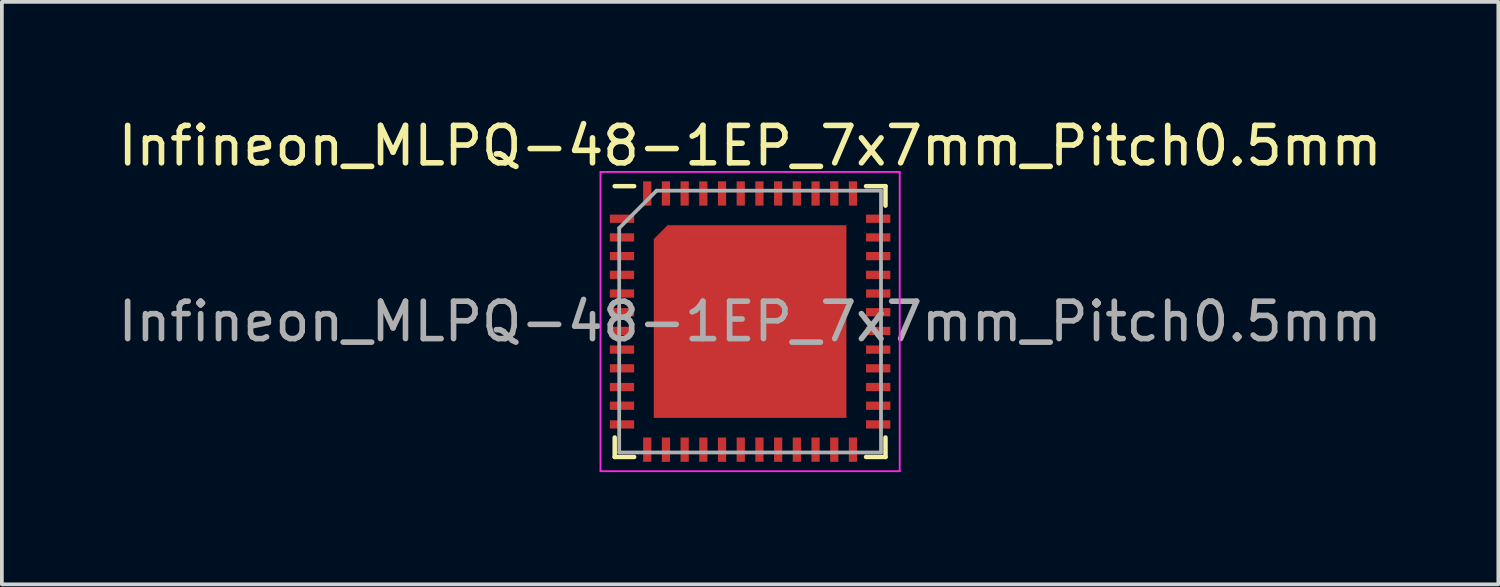
<source format=kicad_pcb>
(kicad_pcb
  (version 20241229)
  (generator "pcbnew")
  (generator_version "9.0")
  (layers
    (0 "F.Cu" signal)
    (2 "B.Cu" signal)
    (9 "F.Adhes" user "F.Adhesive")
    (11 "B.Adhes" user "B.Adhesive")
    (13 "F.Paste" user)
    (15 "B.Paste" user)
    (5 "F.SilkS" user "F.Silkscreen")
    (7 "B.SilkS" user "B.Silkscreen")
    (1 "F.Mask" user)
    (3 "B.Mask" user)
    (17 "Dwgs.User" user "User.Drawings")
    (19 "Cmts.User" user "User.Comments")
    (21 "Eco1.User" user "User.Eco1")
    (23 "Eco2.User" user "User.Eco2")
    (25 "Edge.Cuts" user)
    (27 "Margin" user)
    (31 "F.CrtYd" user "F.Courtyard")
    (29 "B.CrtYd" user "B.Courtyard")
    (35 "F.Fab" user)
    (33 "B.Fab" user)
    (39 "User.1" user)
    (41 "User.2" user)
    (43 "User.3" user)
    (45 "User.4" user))
  (footprint "Infineon_MLPQ-48-1EP_7x7mm_Pitch0.5mm"
    (layer "F.Cu")
    (at 17.006 5.548)
    (property "Reference" "Infineon_MLPQ-48-1EP_7x7mm_Pitch0.5mm" (at 0 -4.7 0) (layer "F.SilkS") (effects (font (size 1 1) (thickness 0.15))))
    (attr smd)
    (fp_line (start -3.62 -3.62) (end -3.1 -3.62) (stroke (width 0.12) (type solid)) (layer "F.SilkS"))
    (fp_line (start -3.62 3.62) (end -3.62 3.1) (stroke (width 0.12) (type solid)) (layer "F.SilkS"))
    (fp_line (start -3.1 3.62) (end -3.62 3.62) (stroke (width 0.12) (type solid)) (layer "F.SilkS"))
    (fp_line (start 3.1 -3.62) (end 3.62 -3.62) (stroke (width 0.12) (type solid)) (layer "F.SilkS"))
    (fp_line (start 3.1 3.62) (end 3.62 3.62) (stroke (width 0.12) (type solid)) (layer "F.SilkS"))
    (fp_line (start 3.62 -3.1) (end 3.62 -3.62) (stroke (width 0.12) (type solid)) (layer "F.SilkS"))
    (fp_line (start 3.62 3.62) (end 3.62 3.1) (stroke (width 0.12) (type solid)) (layer "F.SilkS"))
    (fp_line (start -4 -4) (end -4 4) (stroke (width 0.05) (type solid)) (layer "F.CrtYd"))
    (fp_line (start -4 4) (end 4 4) (stroke (width 0.05) (type solid)) (layer "F.CrtYd"))
    (fp_line (start 4 -4) (end -4 -4) (stroke (width 0.05) (type solid)) (layer "F.CrtYd"))
    (fp_line (start 4 4) (end 4 -4) (stroke (width 0.05) (type solid)) (layer "F.CrtYd"))
    (fp_line (start -3.5 3.5) (end -3.5 -2.5) (stroke (width 0.1) (type solid)) (layer "F.Fab"))
    (fp_line (start -2.5 -3.5) (end -3.5 -2.5) (stroke (width 0.1) (type solid)) (layer "F.Fab"))
    (fp_line (start 3.5 -3.5) (end -2.5 -3.5) (stroke (width 0.1) (type solid)) (layer "F.Fab"))
    (fp_line (start 3.5 -3.5) (end 3.5 3.5) (stroke (width 0.1) (type solid)) (layer "F.Fab"))
    (fp_line (start 3.5 3.5) (end -3.5 3.5) (stroke (width 0.1) (type solid)) (layer "F.Fab"))
    (fp_text user "${REFERENCE}" (at 0 0 0) (layer "F.Fab") (effects (font (size 1 1) (thickness 0.15))))
    (pad "" smd rect (at -3.425 -2.75) (size 0.55 0.22) (layers "F.Paste"))
    (pad "" smd rect (at -3.425 -2.25) (size 0.55 0.22) (layers "F.Paste"))
    (pad "" smd rect (at -3.425 -1.75) (size 0.55 0.22) (layers "F.Paste"))
    (pad "" smd rect (at -3.425 -1.25) (size 0.55 0.22) (layers "F.Paste"))
    (pad "" smd rect (at -3.425 -0.75) (size 0.55 0.22) (layers "F.Paste"))
    (pad "" smd rect (at -3.425 -0.25) (size 0.55 0.22) (layers "F.Paste"))
    (pad "" smd rect (at -3.425 0.25) (size 0.55 0.22) (layers "F.Paste"))
    (pad "" smd rect (at -3.425 0.75) (size 0.55 0.22) (layers "F.Paste"))
    (pad "" smd rect (at -3.425 1.25) (size 0.55 0.22) (layers "F.Paste"))
    (pad "" smd rect (at -3.425 1.75) (size 0.55 0.22) (layers "F.Paste"))
    (pad "" smd rect (at -3.425 2.25) (size 0.55 0.22) (layers "F.Paste"))
    (pad "" smd rect (at -3.425 2.75) (size 0.55 0.22) (layers "F.Paste"))
    (pad "" smd rect (at -2.75 -3.425) (size 0.22 0.55) (layers "F.Paste"))
    (pad "" smd rect (at -2.75 3.425) (size 0.22 0.55) (layers "F.Paste"))
    (pad "" smd rect (at -2.25 -3.425) (size 0.22 0.55) (layers "F.Paste"))
    (pad "" smd rect (at -2.25 3.425) (size 0.22 0.55) (layers "F.Paste"))
    (pad "" smd rect (at -2.186 -2.186 45) (size 0.479 0.479) (layers "F.Paste"))
    (pad "" smd rect (at -2.025 -1.855) (size 1 0.661) (layers "F.Paste"))
    (pad "" smd rect (at -2.025 -0.675) (size 1 1) (layers "F.Paste"))
    (pad "" smd rect (at -2.025 0.675) (size 1 1) (layers "F.Paste"))
    (pad "" smd rect (at -2.025 2.025) (size 1 1) (layers "F.Paste"))
    (pad "" smd rect (at -1.855 -2.356) (size 0.661 0.339) (layers "F.Paste"))
    (pad "" smd rect (at -1.75 -3.425) (size 0.22 0.55) (layers "F.Paste"))
    (pad "" smd rect (at -1.75 3.425) (size 0.22 0.55) (layers "F.Paste"))
    (pad "" smd rect (at -1.25 -3.425) (size 0.22 0.55) (layers "F.Paste"))
    (pad "" smd rect (at -1.25 3.425) (size 0.22 0.55) (layers "F.Paste"))
    (pad "" smd rect (at -0.75 -3.425) (size 0.22 0.55) (layers "F.Paste"))
    (pad "" smd rect (at -0.75 3.425) (size 0.22 0.55) (layers "F.Paste"))
    (pad "" smd rect (at -0.675 -2.025) (size 1 1) (layers "F.Paste"))
    (pad "" smd rect (at -0.675 -0.675) (size 1 1) (layers "F.Paste"))
    (pad "" smd rect (at -0.675 0.675) (size 1 1) (layers "F.Paste"))
    (pad "" smd rect (at -0.675 2.025) (size 1 1) (layers "F.Paste"))
    (pad "" smd rect (at -0.25 -3.425) (size 0.22 0.55) (layers "F.Paste"))
    (pad "" smd rect (at -0.25 3.425) (size 0.22 0.55) (layers "F.Paste"))
    (pad "" smd rect (at 0.25 -3.425) (size 0.22 0.55) (layers "F.Paste"))
    (pad "" smd rect (at 0.25 3.425) (size 0.22 0.55) (layers "F.Paste"))
    (pad "" smd rect (at 0.675 -2.025) (size 1 1) (layers "F.Paste"))
    (pad "" smd rect (at 0.675 -0.675) (size 1 1) (layers "F.Paste"))
    (pad "" smd rect (at 0.675 0.675) (size 1 1) (layers "F.Paste"))
    (pad "" smd rect (at 0.675 2.025) (size 1 1) (layers "F.Paste"))
    (pad "" smd rect (at 0.75 -3.425) (size 0.22 0.55) (layers "F.Paste"))
    (pad "" smd rect (at 0.75 3.425) (size 0.22 0.55) (layers "F.Paste"))
    (pad "" smd rect (at 1.25 -3.425) (size 0.22 0.55) (layers "F.Paste"))
    (pad "" smd rect (at 1.25 3.425) (size 0.22 0.55) (layers "F.Paste"))
    (pad "" smd rect (at 1.75 -3.425) (size 0.22 0.55) (layers "F.Paste"))
    (pad "" smd rect (at 1.75 3.425) (size 0.22 0.55) (layers "F.Paste"))
    (pad "" smd rect (at 2.025 -2.025) (size 1 1) (layers "F.Paste"))
    (pad "" smd rect (at 2.025 -0.675) (size 1 1) (layers "F.Paste"))
    (pad "" smd rect (at 2.025 0.675) (size 1 1) (layers "F.Paste"))
    (pad "" smd rect (at 2.025 2.025) (size 1 1) (layers "F.Paste"))
    (pad "" smd rect (at 2.25 -3.425) (size 0.22 0.55) (layers "F.Paste"))
    (pad "" smd rect (at 2.25 3.425) (size 0.22 0.55) (layers "F.Paste"))
    (pad "" smd rect (at 2.75 -3.425) (size 0.22 0.55) (layers "F.Paste"))
    (pad "" smd rect (at 2.75 3.425) (size 0.22 0.55) (layers "F.Paste"))
    (pad "" smd rect (at 3.425 -2.75) (size 0.55 0.22) (layers "F.Paste"))
    (pad "" smd rect (at 3.425 -2.25) (size 0.55 0.22) (layers "F.Paste"))
    (pad "" smd rect (at 3.425 -1.75) (size 0.55 0.22) (layers "F.Paste"))
    (pad "" smd rect (at 3.425 -1.25) (size 0.55 0.22) (layers "F.Paste"))
    (pad "" smd rect (at 3.425 -0.75) (size 0.55 0.22) (layers "F.Paste"))
    (pad "" smd rect (at 3.425 -0.25) (size 0.55 0.22) (layers "F.Paste"))
    (pad "" smd rect (at 3.425 0.25) (size 0.55 0.22) (layers "F.Paste"))
    (pad "" smd rect (at 3.425 0.75) (size 0.55 0.22) (layers "F.Paste"))
    (pad "" smd rect (at 3.425 1.25) (size 0.55 0.22) (layers "F.Paste"))
    (pad "" smd rect (at 3.425 1.75) (size 0.55 0.22) (layers "F.Paste"))
    (pad "" smd rect (at 3.425 2.25) (size 0.55 0.22) (layers "F.Paste"))
    (pad "" smd rect (at 3.425 2.75) (size 0.55 0.22) (layers "F.Paste"))
    (pad "1" smd rect (at -3.425 -2.75) (size 0.65 0.22) (layers "F.Cu" "F.Mask"))
    (pad "2" smd rect (at -3.425 -2.25) (size 0.65 0.22) (layers "F.Cu" "F.Mask"))
    (pad "3" smd rect (at -3.425 -1.75) (size 0.65 0.22) (layers "F.Cu" "F.Mask"))
    (pad "4" smd rect (at -3.425 -1.25) (size 0.65 0.22) (layers "F.Cu" "F.Mask"))
    (pad "5" smd rect (at -3.425 -0.75) (size 0.65 0.22) (layers "F.Cu" "F.Mask"))
    (pad "6" smd rect (at -3.425 -0.25) (size 0.65 0.22) (layers "F.Cu" "F.Mask"))
    (pad "7" smd rect (at -3.425 0.25) (size 0.65 0.22) (layers "F.Cu" "F.Mask"))
    (pad "8" smd rect (at -3.425 0.75) (size 0.65 0.22) (layers "F.Cu" "F.Mask"))
    (pad "9" smd rect (at -3.425 1.25) (size 0.65 0.22) (layers "F.Cu" "F.Mask"))
    (pad "10" smd rect (at -3.425 1.75) (size 0.65 0.22) (layers "F.Cu" "F.Mask"))
    (pad "11" smd rect (at -3.425 2.25) (size 0.65 0.22) (layers "F.Cu" "F.Mask"))
    (pad "12" smd rect (at -3.425 2.75) (size 0.65 0.22) (layers "F.Cu" "F.Mask"))
    (pad "13" smd rect (at -2.75 3.425) (size 0.22 0.65) (layers "F.Cu" "F.Mask"))
    (pad "14" smd rect (at -2.25 3.425) (size 0.22 0.65) (layers "F.Cu" "F.Mask"))
    (pad "15" smd rect (at -1.75 3.425) (size 0.22 0.65) (layers "F.Cu" "F.Mask"))
    (pad "16" smd rect (at -1.25 3.425) (size 0.22 0.65) (layers "F.Cu" "F.Mask"))
    (pad "17" smd rect (at -0.75 3.425) (size 0.22 0.65) (layers "F.Cu" "F.Mask"))
    (pad "18" smd rect (at -0.25 3.425) (size 0.22 0.65) (layers "F.Cu" "F.Mask"))
    (pad "19" smd rect (at 0.25 3.425) (size 0.22 0.65) (layers "F.Cu" "F.Mask"))
    (pad "20" smd rect (at 0.75 3.425) (size 0.22 0.65) (layers "F.Cu" "F.Mask"))
    (pad "21" smd rect (at 1.25 3.425) (size 0.22 0.65) (layers "F.Cu" "F.Mask"))
    (pad "22" smd rect (at 1.75 3.425) (size 0.22 0.65) (layers "F.Cu" "F.Mask"))
    (pad "23" smd rect (at 2.25 3.425) (size 0.22 0.65) (layers "F.Cu" "F.Mask"))
    (pad "24" smd rect (at 2.75 3.425) (size 0.22 0.65) (layers "F.Cu" "F.Mask"))
    (pad "25" smd rect (at 3.425 2.75) (size 0.65 0.22) (layers "F.Cu" "F.Mask"))
    (pad "26" smd rect (at 3.425 2.25) (size 0.65 0.22) (layers "F.Cu" "F.Mask"))
    (pad "27" smd rect (at 3.425 1.75) (size 0.65 0.22) (layers "F.Cu" "F.Mask"))
    (pad "28" smd rect (at 3.425 1.25) (size 0.65 0.22) (layers "F.Cu" "F.Mask"))
    (pad "29" smd rect (at 3.425 0.75) (size 0.65 0.22) (layers "F.Cu" "F.Mask"))
    (pad "30" smd rect (at 3.425 0.25) (size 0.65 0.22) (layers "F.Cu" "F.Mask"))
    (pad "31" smd rect (at 3.425 -0.25) (size 0.65 0.22) (layers "F.Cu" "F.Mask"))
    (pad "32" smd rect (at 3.425 -0.75) (size 0.65 0.22) (layers "F.Cu" "F.Mask"))
    (pad "33" smd rect (at 3.425 -1.25) (size 0.65 0.22) (layers "F.Cu" "F.Mask"))
    (pad "34" smd rect (at 3.425 -1.75) (size 0.65 0.22) (layers "F.Cu" "F.Mask"))
    (pad "35" smd rect (at 3.425 -2.25) (size 0.65 0.22) (layers "F.Cu" "F.Mask"))
    (pad "36" smd rect (at 3.425 -2.75) (size 0.65 0.22) (layers "F.Cu" "F.Mask"))
    (pad "37" smd rect (at 2.75 -3.425) (size 0.22 0.65) (layers "F.Cu" "F.Mask"))
    (pad "38" smd rect (at 2.25 -3.425) (size 0.22 0.65) (layers "F.Cu" "F.Mask"))
    (pad "39" smd rect (at 1.75 -3.425) (size 0.22 0.65) (layers "F.Cu" "F.Mask"))
    (pad "40" smd rect (at 1.25 -3.425) (size 0.22 0.65) (layers "F.Cu" "F.Mask"))
    (pad "41" smd rect (at 0.75 -3.425) (size 0.22 0.65) (layers "F.Cu" "F.Mask"))
    (pad "42" smd rect (at 0.25 -3.425) (size 0.22 0.65) (layers "F.Cu" "F.Mask"))
    (pad "43" smd rect (at -0.25 -3.425) (size 0.22 0.65) (layers "F.Cu" "F.Mask"))
    (pad "44" smd rect (at -0.75 -3.425) (size 0.22 0.65) (layers "F.Cu" "F.Mask"))
    (pad "45" smd rect (at -1.25 -3.425) (size 0.22 0.65) (layers "F.Cu" "F.Mask"))
    (pad "46" smd rect (at -1.75 -3.425) (size 0.22 0.65) (layers "F.Cu" "F.Mask"))
    (pad "47" smd rect (at -2.25 -3.425) (size 0.22 0.65) (layers "F.Cu" "F.Mask"))
    (pad "48" smd rect (at -2.75 -3.425) (size 0.22 0.65) (layers "F.Cu" "F.Mask"))
    (pad "49" smd rect (at -2.207 -2.207 45) (size 0.52 0.52) (layers "F.Cu" "F.Mask"))
    (pad "49" smd rect (at 0 0.184) (size 5.15 4.782) (layers "F.Cu" "F.Mask"))
    (pad "49" smd rect (at 0.184 -2.391) (size 4.782 0.368) (layers "F.Cu" "F.Mask")))
  (gr_rect
    (start -3 -3)
    (end 37.012 12.573)
    (stroke (width 0.1) (type default))
    (fill no)
    (layer "Edge.Cuts")))
</source>
